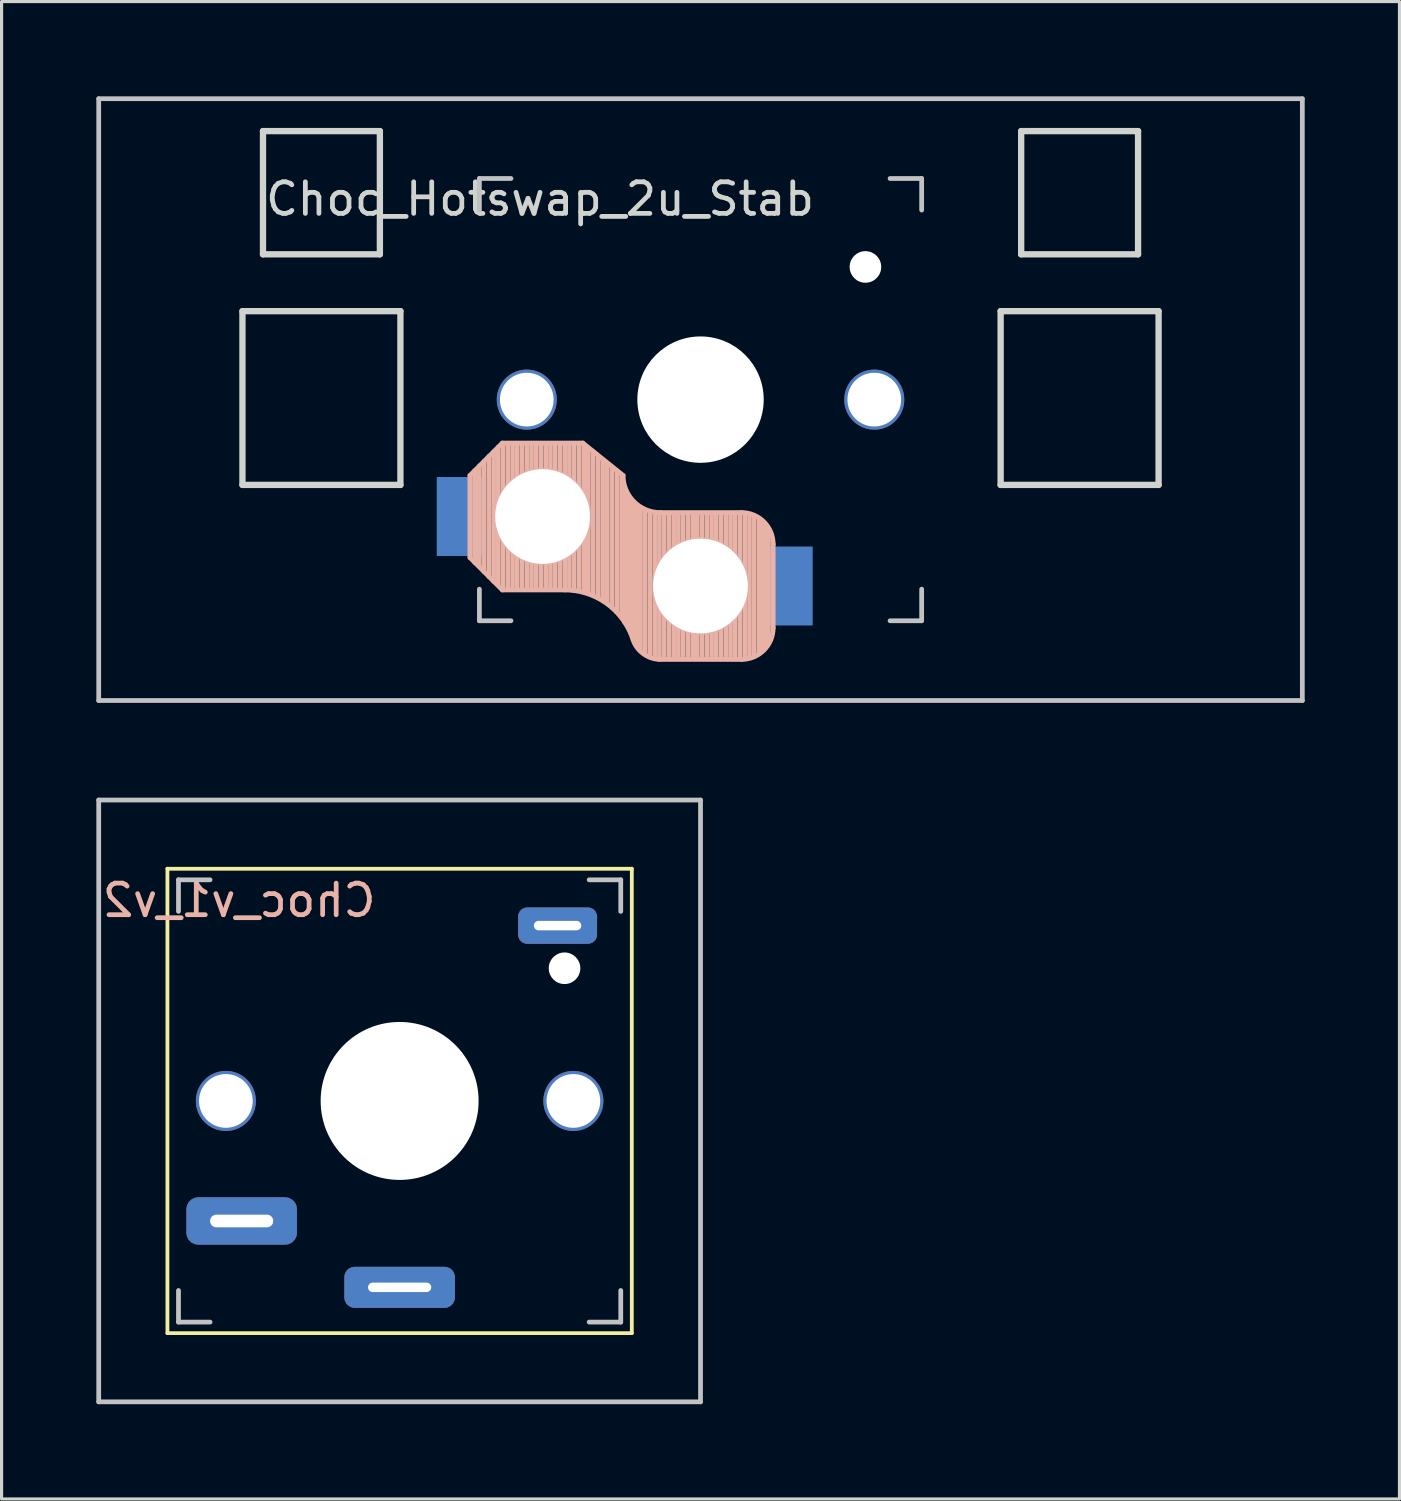
<source format=kicad_pcb>
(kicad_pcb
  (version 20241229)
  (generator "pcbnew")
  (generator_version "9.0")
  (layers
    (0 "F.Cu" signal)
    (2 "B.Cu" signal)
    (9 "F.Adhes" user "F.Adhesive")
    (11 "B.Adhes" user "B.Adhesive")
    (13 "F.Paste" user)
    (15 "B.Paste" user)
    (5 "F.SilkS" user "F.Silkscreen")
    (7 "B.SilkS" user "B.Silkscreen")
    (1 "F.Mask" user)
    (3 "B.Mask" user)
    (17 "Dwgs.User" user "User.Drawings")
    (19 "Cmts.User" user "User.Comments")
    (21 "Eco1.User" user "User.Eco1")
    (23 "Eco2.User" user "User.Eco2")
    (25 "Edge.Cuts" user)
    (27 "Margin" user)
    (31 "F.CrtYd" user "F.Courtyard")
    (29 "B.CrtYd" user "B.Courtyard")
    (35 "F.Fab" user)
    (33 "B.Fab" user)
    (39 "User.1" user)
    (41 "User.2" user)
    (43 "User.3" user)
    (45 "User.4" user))
  (footprint "Choc_v1_v2"
    (layer "F.Cu")
    (at 9.6 31.8)
    (property "Reference" "Choc_v1_v2" (at -5.08 -6.35 180) (layer "B.SilkS") (effects (font (size 1 1) (thickness 0.15)) (justify mirror)))
    (attr through_hole)
    (fp_line (start -7.35 -7.35) (end -7.35 7.35) (stroke (width 0.12) (type solid)) (layer "F.SilkS"))
    (fp_line (start -7.35 7.35) (end 7.35 7.35) (stroke (width 0.12) (type solid)) (layer "F.SilkS"))
    (fp_line (start 7.35 -7.35) (end -7.35 -7.35) (stroke (width 0.12) (type solid)) (layer "F.SilkS"))
    (fp_line (start 7.35 7.35) (end 7.35 -7.35) (stroke (width 0.12) (type solid)) (layer "F.SilkS"))
    (fp_line (start -9.525 -9.525) (end 9.525 -9.525) (stroke (width 0.15) (type solid)) (layer "Dwgs.User"))
    (fp_line (start -9.525 9.525) (end -9.525 -9.525) (stroke (width 0.15) (type solid)) (layer "Dwgs.User"))
    (fp_line (start -7 -7) (end -6 -7) (stroke (width 0.15) (type solid)) (layer "Dwgs.User"))
    (fp_line (start -7 -6) (end -7 -7) (stroke (width 0.15) (type solid)) (layer "Dwgs.User"))
    (fp_line (start -7 7) (end -7 6) (stroke (width 0.15) (type solid)) (layer "Dwgs.User"))
    (fp_line (start -6 7) (end -7 7) (stroke (width 0.15) (type solid)) (layer "Dwgs.User"))
    (fp_line (start 6 7) (end 7 7) (stroke (width 0.15) (type solid)) (layer "Dwgs.User"))
    (fp_line (start 7 -7) (end 6 -7) (stroke (width 0.15) (type solid)) (layer "Dwgs.User"))
    (fp_line (start 7 -6) (end 7 -7) (stroke (width 0.15) (type solid)) (layer "Dwgs.User"))
    (fp_line (start 7 7) (end 7 6) (stroke (width 0.15) (type solid)) (layer "Dwgs.User"))
    (fp_line (start 9.525 -9.525) (end 9.525 9.525) (stroke (width 0.15) (type solid)) (layer "Dwgs.User"))
    (fp_line (start 9.525 9.525) (end -9.525 9.525) (stroke (width 0.15) (type solid)) (layer "Dwgs.User"))
    (pad "" np_thru_hole circle (at -5.5 0) (size 1.9 1.9) (drill 1.7) (layers "*.Cu" "*.Mask"))
    (pad "" np_thru_hole circle (at 0 0 90) (size 5 5) (drill 5) (layers "*.Cu" "*.Mask"))
    (pad "" thru_hole roundrect (at 5 -5.55) (size 2.5 1.15) (drill oval 1.5 0.3) (layers "*.Cu" "*.Mask") (roundrect_rratio 0.25))
    (pad "" np_thru_hole circle (at 5.22 -4.2) (size 1 1) (drill 1) (layers "*.Cu" "*.Mask"))
    (pad "" np_thru_hole circle (at 5.5 0) (size 1.9 1.9) (drill 1.7) (layers "*.Cu" "*.Mask"))
    (pad "1" thru_hole roundrect (at -5 3.8) (size 3.5 1.5) (drill oval 2 0.4) (layers "*.Cu" "*.Mask") (roundrect_rratio 0.25))
    (pad "2" thru_hole roundrect (at 0 5.9) (size 3.5 1.3) (drill oval 2 0.3) (layers "*.Cu" "*.Mask") (roundrect_rratio 0.25)))
  (footprint "Choc_Hotswap_2u_Stab"
    (layer "F.Cu")
    (at 19.125 9.6)
    (property "Reference" "Choc_Hotswap_2u_Stab" (at -5.08 -6.35 180) (layer "Edge.Cuts") (effects (font (size 1 1) (thickness 0.15))))
    (attr through_hole)
    (fp_line (start -7.3 2.4) (end -7.3 5) (stroke (width 0.15) (type solid)) (layer "B.SilkS"))
    (fp_line (start -7.3 2.4) (end -6.275 1.375) (stroke (width 0.15) (type solid)) (layer "B.SilkS"))
    (fp_line (start -7.3 5) (end -6.275 6.025) (stroke (width 0.15) (type solid)) (layer "B.SilkS"))
    (fp_line (start -7.15 5.15) (end -7.15 2.25) (stroke (width 0.15) (type solid)) (layer "B.SilkS"))
    (fp_line (start -7 5.25) (end -7 2.1) (stroke (width 0.15) (type solid)) (layer "B.SilkS"))
    (fp_line (start -6.85 5.45) (end -6.85 1.95) (stroke (width 0.15) (type solid)) (layer "B.SilkS"))
    (fp_line (start -6.7 5.6) (end -6.7 1.8) (stroke (width 0.15) (type solid)) (layer "B.SilkS"))
    (fp_line (start -6.55 5.75) (end -6.55 1.65) (stroke (width 0.15) (type solid)) (layer "B.SilkS"))
    (fp_line (start -6.4 5.85) (end -6.4 1.5) (stroke (width 0.15) (type solid)) (layer "B.SilkS"))
    (fp_line (start -6.25 6) (end -6.25 1.4) (stroke (width 0.15) (type solid)) (layer "B.SilkS"))
    (fp_line (start -6.1 6) (end -6.1 1.4) (stroke (width 0.15) (type solid)) (layer "B.SilkS"))
    (fp_line (start -5.95 6) (end -5.95 1.4) (stroke (width 0.15) (type solid)) (layer "B.SilkS"))
    (fp_line (start -5.8 6) (end -5.8 1.4) (stroke (width 0.15) (type solid)) (layer "B.SilkS"))
    (fp_line (start -5.65 6) (end -5.65 1.4) (stroke (width 0.15) (type solid)) (layer "B.SilkS"))
    (fp_line (start -5.5 6) (end -5.5 1.4) (stroke (width 0.15) (type solid)) (layer "B.SilkS"))
    (fp_line (start -5.35 6) (end -5.35 1.4) (stroke (width 0.15) (type solid)) (layer "B.SilkS"))
    (fp_line (start -5.2 6) (end -5.2 1.4) (stroke (width 0.15) (type solid)) (layer "B.SilkS"))
    (fp_line (start -5.05 6) (end -5.05 1.4) (stroke (width 0.15) (type solid)) (layer "B.SilkS"))
    (fp_line (start -4.9 6) (end -4.9 1.4) (stroke (width 0.15) (type solid)) (layer "B.SilkS"))
    (fp_line (start -4.75 6) (end -4.75 1.4) (stroke (width 0.15) (type solid)) (layer "B.SilkS"))
    (fp_line (start -4.6 6) (end -4.6 1.4) (stroke (width 0.15) (type solid)) (layer "B.SilkS"))
    (fp_line (start -4.45 6) (end -4.45 1.4) (stroke (width 0.15) (type solid)) (layer "B.SilkS"))
    (fp_line (start -4.3 6) (end -4.3 1.4) (stroke (width 0.15) (type solid)) (layer "B.SilkS"))
    (fp_line (start -4.3 6.025) (end -6.275 6.025) (stroke (width 0.15) (type solid)) (layer "B.SilkS"))
    (fp_line (start -4.15 6) (end -4.15 1.45) (stroke (width 0.15) (type solid)) (layer "B.SilkS"))
    (fp_line (start -4 6.05) (end -4 1.4) (stroke (width 0.15) (type solid)) (layer "B.SilkS"))
    (fp_line (start -3.85 6.05) (end -3.85 1.4) (stroke (width 0.15) (type solid)) (layer "B.SilkS"))
    (fp_line (start -3.725 1.375) (end -6.275 1.375) (stroke (width 0.15) (type solid)) (layer "B.SilkS"))
    (fp_line (start -3.725 1.375) (end -2.45 2.4) (stroke (width 0.15) (type solid)) (layer "B.SilkS"))
    (fp_line (start -3.7 6.05) (end -3.7 1.45) (stroke (width 0.15) (type solid)) (layer "B.SilkS"))
    (fp_line (start -3.55 6.1) (end -3.55 1.55) (stroke (width 0.15) (type solid)) (layer "B.SilkS"))
    (fp_line (start -3.4 6.2) (end -3.4 1.65) (stroke (width 0.15) (type solid)) (layer "B.SilkS"))
    (fp_line (start -3.25 6.25) (end -3.25 1.8) (stroke (width 0.15) (type solid)) (layer "B.SilkS"))
    (fp_line (start -3.1 6.35) (end -3.1 1.9) (stroke (width 0.15) (type solid)) (layer "B.SilkS"))
    (fp_line (start -2.95 6.45) (end -2.95 2.05) (stroke (width 0.15) (type solid)) (layer "B.SilkS"))
    (fp_line (start -2.8 6.55) (end -2.8 2.15) (stroke (width 0.15) (type solid)) (layer "B.SilkS"))
    (fp_line (start -2.65 6.7) (end -2.65 2.25) (stroke (width 0.15) (type solid)) (layer "B.SilkS"))
    (fp_line (start -2.5 6.85) (end -2.5 2.4) (stroke (width 0.15) (type solid)) (layer "B.SilkS"))
    (fp_line (start -2.4 7.05) (end -2.4 2.9) (stroke (width 0.15) (type solid)) (layer "B.SilkS"))
    (fp_line (start -2.3 7.2) (end -2.3 3.05) (stroke (width 0.15) (type solid)) (layer "B.SilkS"))
    (fp_line (start -2.2 7.4) (end -2.2 3.25) (stroke (width 0.15) (type solid)) (layer "B.SilkS"))
    (fp_line (start -2.1 7.55) (end -2.1 3.35) (stroke (width 0.15) (type solid)) (layer "B.SilkS"))
    (fp_line (start -2 7.8) (end -2 3.4) (stroke (width 0.15) (type solid)) (layer "B.SilkS"))
    (fp_line (start -1.9 7.95) (end -1.9 3.45) (stroke (width 0.15) (type solid)) (layer "B.SilkS"))
    (fp_line (start -1.75 8.05) (end -1.75 3.5) (stroke (width 0.15) (type solid)) (layer "B.SilkS"))
    (fp_line (start -1.6 8.15) (end -1.6 3.6) (stroke (width 0.15) (type solid)) (layer "B.SilkS"))
    (fp_line (start -1.45 8.2) (end -1.45 3.6) (stroke (width 0.15) (type solid)) (layer "B.SilkS"))
    (fp_line (start -1.3 8.2) (end -1.3 3.6) (stroke (width 0.15) (type solid)) (layer "B.SilkS"))
    (fp_line (start -1.15 8.2) (end -1.15 3.65) (stroke (width 0.15) (type solid)) (layer "B.SilkS"))
    (fp_line (start -1 8.2) (end -1 3.6) (stroke (width 0.15) (type solid)) (layer "B.SilkS"))
    (fp_line (start -0.85 8.2) (end -0.85 3.6) (stroke (width 0.15) (type solid)) (layer "B.SilkS"))
    (fp_line (start -0.7 8.2) (end -0.7 3.6) (stroke (width 0.15) (type solid)) (layer "B.SilkS"))
    (fp_line (start -0.55 8.2) (end -0.55 3.6) (stroke (width 0.15) (type solid)) (layer "B.SilkS"))
    (fp_line (start -0.4 8.2) (end -0.4 3.6) (stroke (width 0.15) (type solid)) (layer "B.SilkS"))
    (fp_line (start -0.25 8.2) (end -0.25 3.6) (stroke (width 0.15) (type solid)) (layer "B.SilkS"))
    (fp_line (start -0.1 8.2) (end -0.1 3.6) (stroke (width 0.15) (type solid)) (layer "B.SilkS"))
    (fp_line (start 0.05 8.2) (end 0.05 3.6) (stroke (width 0.15) (type solid)) (layer "B.SilkS"))
    (fp_line (start 0.2 8.2) (end 0.2 3.6) (stroke (width 0.15) (type solid)) (layer "B.SilkS"))
    (fp_line (start 0.35 8.2) (end 0.35 3.6) (stroke (width 0.15) (type solid)) (layer "B.SilkS"))
    (fp_line (start 0.5 8.2) (end 0.5 3.6) (stroke (width 0.15) (type solid)) (layer "B.SilkS"))
    (fp_line (start 0.65 8.2) (end 0.65 3.6) (stroke (width 0.15) (type solid)) (layer "B.SilkS"))
    (fp_line (start 0.8 8.2) (end 0.8 3.6) (stroke (width 0.15) (type solid)) (layer "B.SilkS"))
    (fp_line (start 0.95 8.2) (end 0.95 3.6) (stroke (width 0.15) (type solid)) (layer "B.SilkS"))
    (fp_line (start 1.1 8.2) (end 1.1 3.6) (stroke (width 0.15) (type solid)) (layer "B.SilkS"))
    (fp_line (start 1.25 8.2) (end 1.25 3.6) (stroke (width 0.15) (type solid)) (layer "B.SilkS"))
    (fp_line (start 1.3 3.575) (end -1.275 3.575) (stroke (width 0.15) (type solid)) (layer "B.SilkS"))
    (fp_line (start 1.3 8.225) (end -1.3 8.225) (stroke (width 0.15) (type solid)) (layer "B.SilkS"))
    (fp_line (start 1.4 8.2) (end 1.4 3.65) (stroke (width 0.15) (type solid)) (layer "B.SilkS"))
    (fp_line (start 1.55 8.15) (end 1.55 3.65) (stroke (width 0.15) (type solid)) (layer "B.SilkS"))
    (fp_line (start 1.7 8.1) (end 1.7 3.7) (stroke (width 0.15) (type solid)) (layer "B.SilkS"))
    (fp_line (start 1.85 8) (end 1.85 3.8) (stroke (width 0.15) (type solid)) (layer "B.SilkS"))
    (fp_line (start 1.95 7.9) (end 1.95 3.95) (stroke (width 0.15) (type solid)) (layer "B.SilkS"))
    (fp_line (start 2.05 7.8) (end 2.05 4.05) (stroke (width 0.15) (type solid)) (layer "B.SilkS"))
    (fp_line (start 2.15 7.65) (end 2.15 4.1) (stroke (width 0.15) (type solid)) (layer "B.SilkS"))
    (fp_line (start 2.3 4.575) (end 2.3 7.225) (stroke (width 0.15) (type solid)) (layer "B.SilkS"))
    (fp_arc (start -4.3 6.025) (mid -2.995114 6.436429) (end -2.162199 7.521904) (stroke (width 0.15) (type solid)) (layer "B.SilkS"))
    (fp_arc (start -1.300995 8.223791) (mid -1.848284 8.016021) (end -2.162199 7.521904) (stroke (width 0.15) (type solid)) (layer "B.SilkS"))
    (fp_arc (start -1.275 3.575) (mid -2.10585 3.23085) (end -2.45 2.4) (stroke (width 0.15) (type solid)) (layer "B.SilkS"))
    (fp_arc (start 1.3 3.575) (mid 2.007107 3.867893) (end 2.3 4.575) (stroke (width 0.15) (type solid)) (layer "B.SilkS"))
    (fp_arc (start 2.3 7.225) (mid 2.007107 7.932107) (end 1.3 8.225) (stroke (width 0.15) (type solid)) (layer "B.SilkS"))
    (fp_line (start -19.05 -9.525) (end 19.05 -9.525) (stroke (width 0.15) (type solid)) (layer "Dwgs.User"))
    (fp_line (start -19.05 9.525) (end -19.05 -9.525) (stroke (width 0.15) (type solid)) (layer "Dwgs.User"))
    (fp_line (start -7 -7) (end -6 -7) (stroke (width 0.15) (type solid)) (layer "Dwgs.User"))
    (fp_line (start -7 -6) (end -7 -7) (stroke (width 0.15) (type solid)) (layer "Dwgs.User"))
    (fp_line (start -7 7) (end -7 6) (stroke (width 0.15) (type solid)) (layer "Dwgs.User"))
    (fp_line (start -6 7) (end -7 7) (stroke (width 0.15) (type solid)) (layer "Dwgs.User"))
    (fp_line (start 6 7) (end 7 7) (stroke (width 0.15) (type solid)) (layer "Dwgs.User"))
    (fp_line (start 7 -7) (end 6 -7) (stroke (width 0.15) (type solid)) (layer "Dwgs.User"))
    (fp_line (start 7 -6) (end 7 -7) (stroke (width 0.15) (type solid)) (layer "Dwgs.User"))
    (fp_line (start 7 7) (end 7 6) (stroke (width 0.15) (type solid)) (layer "Dwgs.User"))
    (fp_line (start 19.05 -9.525) (end 19.05 9.525) (stroke (width 0.15) (type solid)) (layer "Dwgs.User"))
    (fp_line (start 19.05 9.525) (end -19.05 9.525) (stroke (width 0.15) (type solid)) (layer "Dwgs.User"))
    (fp_line (start -14.5 -2.8) (end -9.5 -2.8) (stroke (width 0.2) (type solid)) (layer "Edge.Cuts"))
    (fp_line (start -14.5 2.7) (end -14.5 -2.8) (stroke (width 0.2) (type solid)) (layer "Edge.Cuts"))
    (fp_line (start -13.85 -8.5) (end -10.15 -8.5) (stroke (width 0.2) (type solid)) (layer "Edge.Cuts"))
    (fp_line (start -13.85 -4.6) (end -13.85 -8.5) (stroke (width 0.2) (type solid)) (layer "Edge.Cuts"))
    (fp_line (start -10.15 -8.5) (end -10.15 -4.6) (stroke (width 0.2) (type solid)) (layer "Edge.Cuts"))
    (fp_line (start -10.15 -4.6) (end -13.85 -4.6) (stroke (width 0.2) (type solid)) (layer "Edge.Cuts"))
    (fp_line (start -9.5 -2.8) (end -9.5 2.7) (stroke (width 0.2) (type solid)) (layer "Edge.Cuts"))
    (fp_line (start -9.5 2.7) (end -14.5 2.7) (stroke (width 0.2) (type solid)) (layer "Edge.Cuts"))
    (fp_line (start 9.5 -2.8) (end 9.5 2.7) (stroke (width 0.2) (type solid)) (layer "Edge.Cuts"))
    (fp_line (start 9.5 2.7) (end 14.5 2.7) (stroke (width 0.2) (type solid)) (layer "Edge.Cuts"))
    (fp_line (start 10.15 -8.5) (end 10.15 -4.6) (stroke (width 0.2) (type solid)) (layer "Edge.Cuts"))
    (fp_line (start 10.15 -4.6) (end 13.85 -4.6) (stroke (width 0.2) (type solid)) (layer "Edge.Cuts"))
    (fp_line (start 13.85 -8.5) (end 10.15 -8.5) (stroke (width 0.2) (type solid)) (layer "Edge.Cuts"))
    (fp_line (start 13.85 -8.5) (end 13.85 -4.6) (stroke (width 0.2) (type solid)) (layer "Edge.Cuts"))
    (fp_line (start 14.5 -2.8) (end 9.5 -2.8) (stroke (width 0.2) (type solid)) (layer "Edge.Cuts"))
    (fp_line (start 14.5 2.7) (end 14.5 -2.8) (stroke (width 0.2) (type solid)) (layer "Edge.Cuts"))
    (pad "" np_thru_hole circle (at -5.5 0 90) (size 1.9 1.9) (drill 1.7) (layers "*.Cu" "*.Mask"))
    (pad "" np_thru_hole circle (at -5 3.7 90) (size 3.1 3.1) (drill 3) (layers "*.Cu" "*.Mask"))
    (pad "" np_thru_hole circle (at 0 0 90) (size 4 4) (drill 4) (layers "*.Cu" "*.Mask"))
    (pad "" np_thru_hole circle (at 0 5.9 90) (size 3.1 3.1) (drill 3) (layers "*.Cu" "*.Mask"))
    (pad "" np_thru_hole circle (at 5.22 -4.2) (size 1 1) (drill 1) (layers "*.Cu" "*.Mask"))
    (pad "" np_thru_hole circle (at 5.5 0 90) (size 1.9 1.9) (drill 1.7) (layers "*.Cu" "*.Mask"))
    (pad "1" smd rect (at -7.6 3.7 180) (size 1.5 2.5) (layers "B.Cu" "B.Mask" "B.Paste"))
    (pad "2" smd rect (at 2.8 5.9 180) (size 1.5 2.5) (layers "B.Cu" "B.Mask" "B.Paste")))
  (gr_rect
    (start -3 -3)
    (end 41.25 44.4)
    (stroke (width 0.1) (type default))
    (fill no)
    (layer "Edge.Cuts")))
</source>
